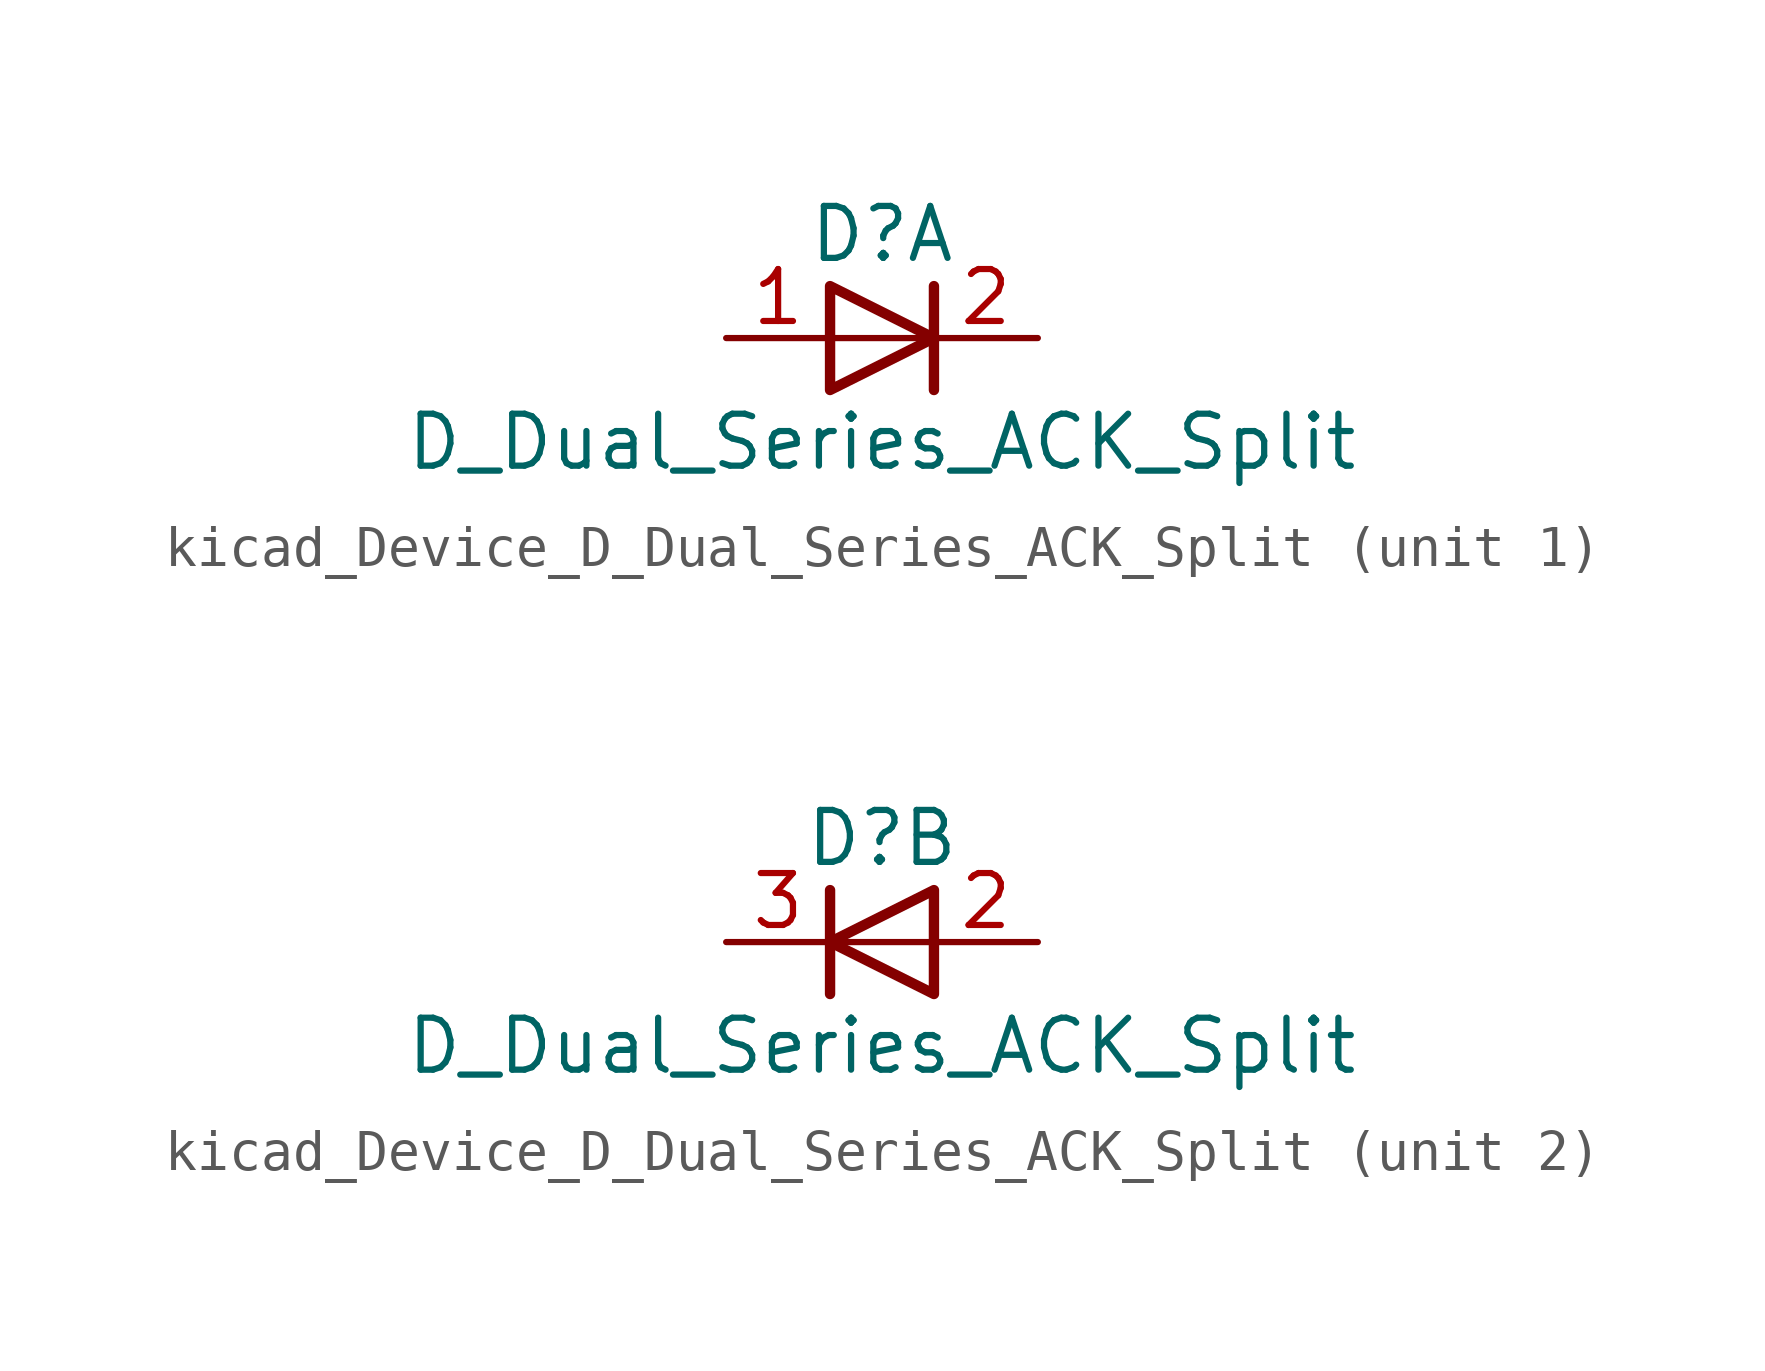
<source format=kicad_sym>
(kicad_symbol_lib
  (version 20220914)
  (generator kicad_symbol_editor)
  (symbol "kicad_Device_D_Dual_Series_ACK_Split"
    (pin_names
      (offset 0.762) hide)
    (property "Reference" "D"
      (at 0 2.54 0)
      (effects (font (size 1.27 1.27))))
    (property "Value" "D_Dual_Series_ACK_Split"
      (at 0 -2.54 0)
      (effects (font (size 1.27 1.27))))
    (property "ki_locked" ""
      (at 0 0 0)
      (effects (font (size 1.27 1.27))))
    (symbol "kicad_Device_D_Dual_Series_ACK_Split_0_1"
      (pin passive line (at 3.81 0 180) (length 2.54) (name "K" (effects (font (size 1.27 1.27)))) (number "2" (effects (font (size 1.27 1.27))))))
    (symbol "kicad_Device_D_Dual_Series_ACK_Split_1_0"
      (polyline (pts (xy 1.27 1.27) (xy 1.27 -1.27)) (stroke (width 0.254) (type default)) (fill (type none))))
    (symbol "kicad_Device_D_Dual_Series_ACK_Split_1_1"
      (polyline (pts (xy 1.27 0) (xy -1.27 0)) (stroke (width 0) (type default)) (fill (type none)))
      (polyline (pts (xy -1.27 1.27) (xy 1.27 0) (xy -1.27 -1.27) (xy -1.27 1.27) (xy -1.27 1.27) (xy -1.27 1.27)) (stroke (width 0.254) (type default)) (fill (type none)))
      (pin passive line (at -3.81 0 0) (length 2.54) (name "A" (effects (font (size 1.27 1.27)))) (number "1" (effects (font (size 1.27 1.27))))))
    (symbol "kicad_Device_D_Dual_Series_ACK_Split_2_0"
      (polyline (pts (xy -1.27 1.27) (xy -1.27 -1.27)) (stroke (width 0.254) (type default)) (fill (type none))))
    (symbol "kicad_Device_D_Dual_Series_ACK_Split_2_1"
      (polyline (pts (xy -1.27 0) (xy 1.27 0)) (stroke (width 0) (type default)) (fill (type none)))
      (polyline (pts (xy 1.27 1.27) (xy -1.27 0) (xy 1.27 -1.27) (xy 1.27 1.27) (xy 1.27 1.27) (xy 1.27 1.27)) (stroke (width 0.254) (type default)) (fill (type none)))
      (pin passive line (at -3.81 0 0) (length 2.54) (name "K" (effects (font (size 1.27 1.27)))) (number "3" (effects (font (size 1.27 1.27))))))))
</source>
